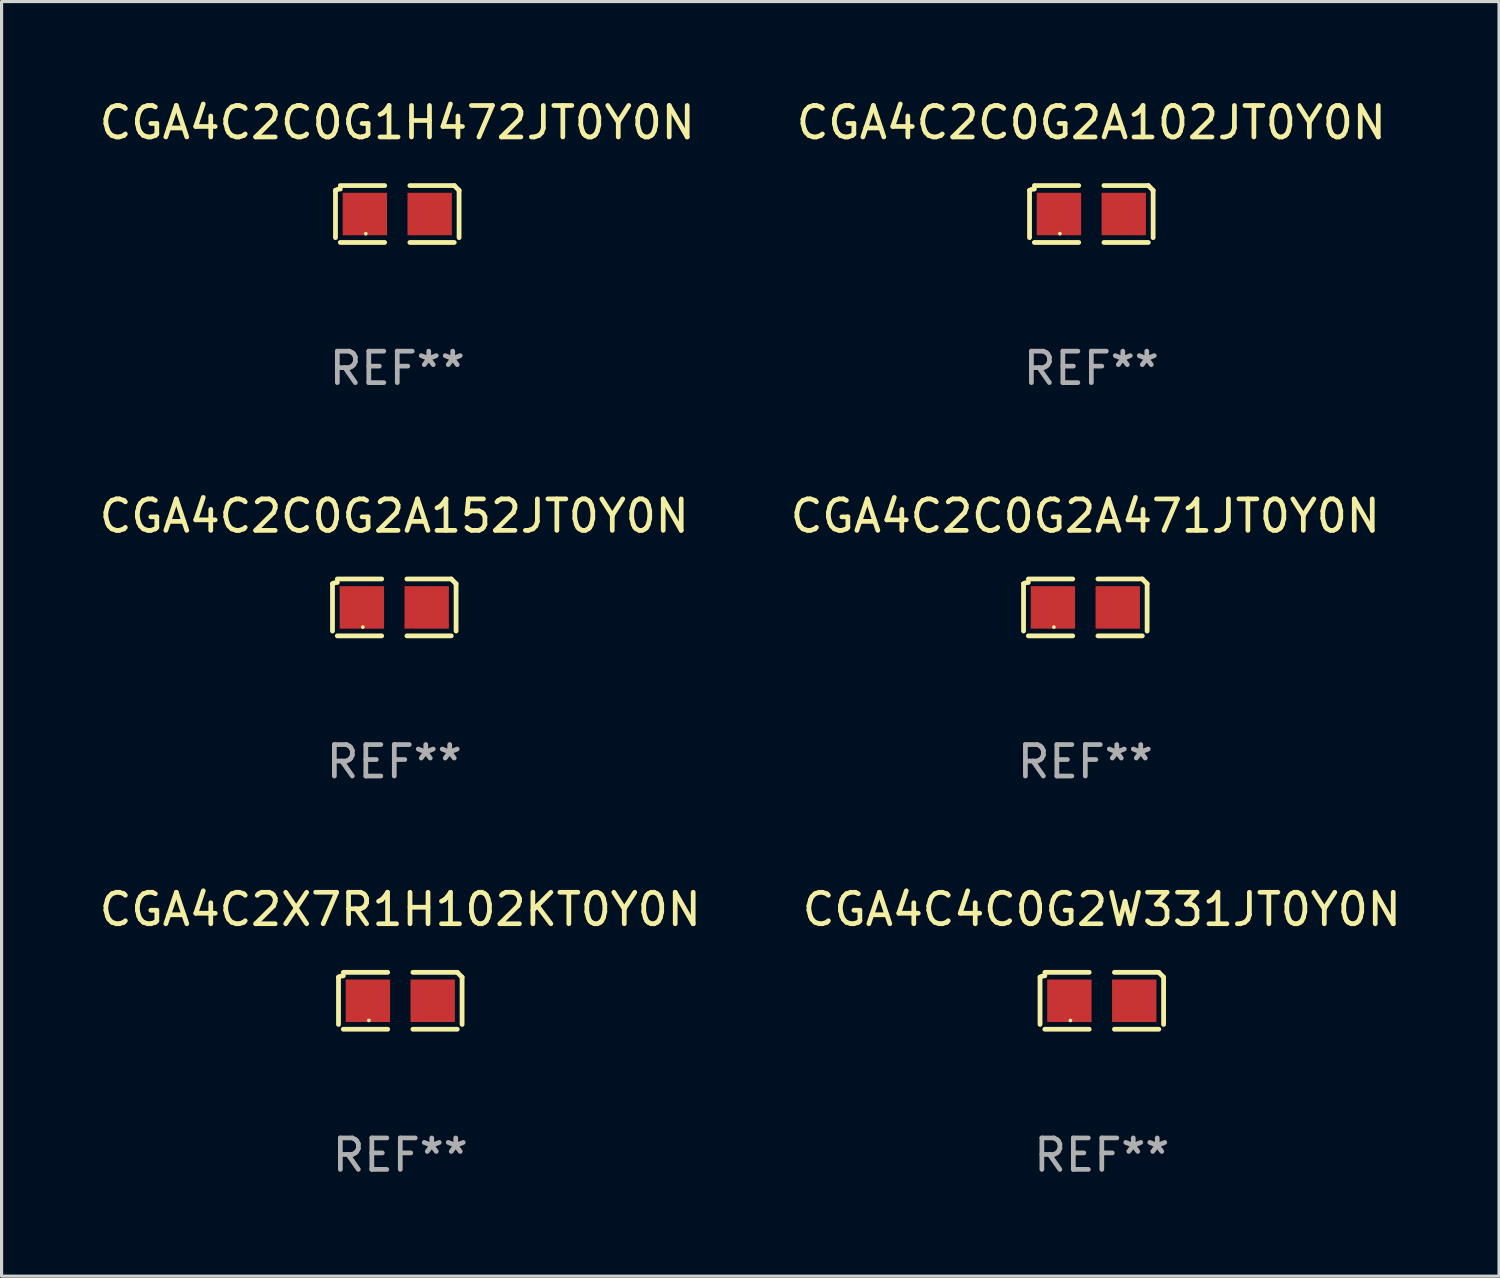
<source format=kicad_pcb>
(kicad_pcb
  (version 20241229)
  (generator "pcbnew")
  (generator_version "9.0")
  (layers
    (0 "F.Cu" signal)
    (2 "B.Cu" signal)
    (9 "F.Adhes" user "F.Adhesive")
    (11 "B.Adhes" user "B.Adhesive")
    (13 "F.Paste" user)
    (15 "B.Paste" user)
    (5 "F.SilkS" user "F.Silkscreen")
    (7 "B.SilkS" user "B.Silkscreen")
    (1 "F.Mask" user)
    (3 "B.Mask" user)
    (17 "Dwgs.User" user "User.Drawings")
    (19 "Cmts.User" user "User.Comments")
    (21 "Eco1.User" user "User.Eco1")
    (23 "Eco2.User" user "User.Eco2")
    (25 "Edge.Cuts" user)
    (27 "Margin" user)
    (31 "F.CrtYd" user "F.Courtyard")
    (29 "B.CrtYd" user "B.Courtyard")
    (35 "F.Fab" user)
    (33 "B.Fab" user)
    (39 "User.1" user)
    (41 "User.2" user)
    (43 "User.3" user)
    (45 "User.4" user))
  (footprint "CGA4C2C0G2A152JT0Y0N"
    (layer "F.Cu")
    (at 9.482 16.256)
    (property "Reference" "CGA4C2C0G2A152JT0Y0N" (at 0 -2.904 0) (layer "F.SilkS") (effects (font (size 1 1) (thickness 0.15))))
    (attr through_hole)
    (fp_line (start -1.964 0.751) (end -1.964 -0.751) (stroke (width 0.152) (type solid)) (layer "F.SilkS"))
    (fp_line (start -1.811 -0.904) (end -0.401 -0.904) (stroke (width 0.152) (type solid)) (layer "F.SilkS"))
    (fp_line (start -0.401 0.904) (end -1.811 0.904) (stroke (width 0.152) (type solid)) (layer "F.SilkS"))
    (fp_line (start 0.401 0.904) (end 1.811 0.904) (stroke (width 0.152) (type solid)) (layer "F.SilkS"))
    (fp_line (start 1.811 -0.904) (end 0.401 -0.904) (stroke (width 0.152) (type solid)) (layer "F.SilkS"))
    (fp_line (start 1.964 0.751) (end 1.964 -0.751) (stroke (width 0.152) (type solid)) (layer "F.SilkS"))
    (fp_arc (start -1.963602 -0.751207) (mid -1.890354 -0.783131) (end -1.811201 -0.794044) (stroke (width 0.1524) (type solid)) (layer "F.SilkS"))
    (fp_arc (start 1.811202 -0.903607) (mid 1.887413 -0.827418) (end 1.963602 -0.751207) (stroke (width 0.1524) (type solid)) (layer "F.SilkS"))
    (fp_circle (center -1 0.625) (end -0.97 0.625) (stroke (width 0.06) (type solid)) (fill no) (layer "F.SilkS"))
    (fp_text user "REF**" (at 0 4.904 0) (layer "F.Fab") (effects (font (size 1 1) (thickness 0.15))))
    (pad "1" smd rect (at -1.03 0) (size 1.41 1.35) (layers "F.Cu" "F.Mask" "F.Paste"))
    (pad "2" smd rect (at 1.03 0) (size 1.41 1.35) (layers "F.Cu" "F.Mask" "F.Paste")))
  (footprint "CGA4C2C0G1H472JT0Y0N"
    (layer "F.Cu")
    (at 9.577 3.752)
    (property "Reference" "CGA4C2C0G1H472JT0Y0N" (at 0 -2.904 0) (layer "F.SilkS") (effects (font (size 1 1) (thickness 0.15))))
    (attr through_hole)
    (fp_line (start -1.964 0.751) (end -1.964 -0.751) (stroke (width 0.152) (type solid)) (layer "F.SilkS"))
    (fp_line (start -1.811 -0.904) (end -0.401 -0.904) (stroke (width 0.152) (type solid)) (layer "F.SilkS"))
    (fp_line (start -0.401 0.904) (end -1.811 0.904) (stroke (width 0.152) (type solid)) (layer "F.SilkS"))
    (fp_line (start 0.401 0.904) (end 1.811 0.904) (stroke (width 0.152) (type solid)) (layer "F.SilkS"))
    (fp_line (start 1.811 -0.904) (end 0.401 -0.904) (stroke (width 0.152) (type solid)) (layer "F.SilkS"))
    (fp_line (start 1.964 0.751) (end 1.964 -0.751) (stroke (width 0.152) (type solid)) (layer "F.SilkS"))
    (fp_arc (start -1.963602 -0.751207) (mid -1.890354 -0.783131) (end -1.811201 -0.794044) (stroke (width 0.1524) (type solid)) (layer "F.SilkS"))
    (fp_arc (start 1.811202 -0.903607) (mid 1.887413 -0.827418) (end 1.963602 -0.751207) (stroke (width 0.1524) (type solid)) (layer "F.SilkS"))
    (fp_circle (center -1 0.625) (end -0.97 0.625) (stroke (width 0.06) (type solid)) (fill no) (layer "F.SilkS"))
    (fp_text user "REF**" (at 0 4.904 0) (layer "F.Fab") (effects (font (size 1 1) (thickness 0.15))))
    (pad "1" smd rect (at -1.03 0) (size 1.41 1.35) (layers "F.Cu" "F.Mask" "F.Paste"))
    (pad "2" smd rect (at 1.03 0) (size 1.41 1.35) (layers "F.Cu" "F.Mask" "F.Paste")))
  (footprint "CGA4C2C0G2A102JT0Y0N"
    (layer "F.Cu")
    (at 31.637 3.752)
    (property "Reference" "CGA4C2C0G2A102JT0Y0N" (at 0 -2.904 0) (layer "F.SilkS") (effects (font (size 1 1) (thickness 0.15))))
    (attr through_hole)
    (fp_line (start -1.964 0.751) (end -1.964 -0.751) (stroke (width 0.152) (type solid)) (layer "F.SilkS"))
    (fp_line (start -1.811 -0.904) (end -0.401 -0.904) (stroke (width 0.152) (type solid)) (layer "F.SilkS"))
    (fp_line (start -0.401 0.904) (end -1.811 0.904) (stroke (width 0.152) (type solid)) (layer "F.SilkS"))
    (fp_line (start 0.401 0.904) (end 1.811 0.904) (stroke (width 0.152) (type solid)) (layer "F.SilkS"))
    (fp_line (start 1.811 -0.904) (end 0.401 -0.904) (stroke (width 0.152) (type solid)) (layer "F.SilkS"))
    (fp_line (start 1.964 0.751) (end 1.964 -0.751) (stroke (width 0.152) (type solid)) (layer "F.SilkS"))
    (fp_arc (start -1.963602 -0.751207) (mid -1.890354 -0.783131) (end -1.811201 -0.794044) (stroke (width 0.1524) (type solid)) (layer "F.SilkS"))
    (fp_arc (start 1.811202 -0.903607) (mid 1.887413 -0.827418) (end 1.963602 -0.751207) (stroke (width 0.1524) (type solid)) (layer "F.SilkS"))
    (fp_circle (center -1 0.625) (end -0.97 0.625) (stroke (width 0.06) (type solid)) (fill no) (layer "F.SilkS"))
    (fp_text user "REF**" (at 0 4.904 0) (layer "F.Fab") (effects (font (size 1 1) (thickness 0.15))))
    (pad "1" smd rect (at -1.03 0) (size 1.41 1.35) (layers "F.Cu" "F.Mask" "F.Paste"))
    (pad "2" smd rect (at 1.03 0) (size 1.41 1.35) (layers "F.Cu" "F.Mask" "F.Paste")))
  (footprint "CGA4C4C0G2W331JT0Y0N"
    (layer "F.Cu")
    (at 31.97 28.759)
    (property "Reference" "CGA4C4C0G2W331JT0Y0N" (at 0 -2.904 0) (layer "F.SilkS") (effects (font (size 1 1) (thickness 0.15))))
    (attr through_hole)
    (fp_line (start -1.964 0.751) (end -1.964 -0.751) (stroke (width 0.152) (type solid)) (layer "F.SilkS"))
    (fp_line (start -1.811 -0.904) (end -0.401 -0.904) (stroke (width 0.152) (type solid)) (layer "F.SilkS"))
    (fp_line (start -0.401 0.904) (end -1.811 0.904) (stroke (width 0.152) (type solid)) (layer "F.SilkS"))
    (fp_line (start 0.401 0.904) (end 1.811 0.904) (stroke (width 0.152) (type solid)) (layer "F.SilkS"))
    (fp_line (start 1.811 -0.904) (end 0.401 -0.904) (stroke (width 0.152) (type solid)) (layer "F.SilkS"))
    (fp_line (start 1.964 0.751) (end 1.964 -0.751) (stroke (width 0.152) (type solid)) (layer "F.SilkS"))
    (fp_arc (start -1.963602 -0.751207) (mid -1.890354 -0.783131) (end -1.811201 -0.794044) (stroke (width 0.1524) (type solid)) (layer "F.SilkS"))
    (fp_arc (start 1.811202 -0.903607) (mid 1.887413 -0.827418) (end 1.963602 -0.751207) (stroke (width 0.1524) (type solid)) (layer "F.SilkS"))
    (fp_circle (center -1 0.625) (end -0.97 0.625) (stroke (width 0.06) (type solid)) (fill no) (layer "F.SilkS"))
    (fp_text user "REF**" (at 0 4.904 0) (layer "F.Fab") (effects (font (size 1 1) (thickness 0.15))))
    (pad "1" smd rect (at -1.03 0) (size 1.41 1.35) (layers "F.Cu" "F.Mask" "F.Paste"))
    (pad "2" smd rect (at 1.03 0) (size 1.41 1.35) (layers "F.Cu" "F.Mask" "F.Paste")))
  (footprint "CGA4C2C0G2A471JT0Y0N"
    (layer "F.Cu")
    (at 31.446 16.256)
    (property "Reference" "CGA4C2C0G2A471JT0Y0N" (at 0 -2.904 0) (layer "F.SilkS") (effects (font (size 1 1) (thickness 0.15))))
    (attr through_hole)
    (fp_line (start -1.964 0.751) (end -1.964 -0.751) (stroke (width 0.152) (type solid)) (layer "F.SilkS"))
    (fp_line (start -1.811 -0.904) (end -0.401 -0.904) (stroke (width 0.152) (type solid)) (layer "F.SilkS"))
    (fp_line (start -0.401 0.904) (end -1.811 0.904) (stroke (width 0.152) (type solid)) (layer "F.SilkS"))
    (fp_line (start 0.401 0.904) (end 1.811 0.904) (stroke (width 0.152) (type solid)) (layer "F.SilkS"))
    (fp_line (start 1.811 -0.904) (end 0.401 -0.904) (stroke (width 0.152) (type solid)) (layer "F.SilkS"))
    (fp_line (start 1.964 0.751) (end 1.964 -0.751) (stroke (width 0.152) (type solid)) (layer "F.SilkS"))
    (fp_arc (start -1.963602 -0.751207) (mid -1.890354 -0.783131) (end -1.811201 -0.794044) (stroke (width 0.1524) (type solid)) (layer "F.SilkS"))
    (fp_arc (start 1.811202 -0.903607) (mid 1.887413 -0.827418) (end 1.963602 -0.751207) (stroke (width 0.1524) (type solid)) (layer "F.SilkS"))
    (fp_circle (center -1 0.625) (end -0.97 0.625) (stroke (width 0.06) (type solid)) (fill no) (layer "F.SilkS"))
    (fp_text user "REF**" (at 0 4.904 0) (layer "F.Fab") (effects (font (size 1 1) (thickness 0.15))))
    (pad "1" smd rect (at -1.03 0) (size 1.41 1.35) (layers "F.Cu" "F.Mask" "F.Paste"))
    (pad "2" smd rect (at 1.03 0) (size 1.41 1.35) (layers "F.Cu" "F.Mask" "F.Paste")))
  (footprint "CGA4C2X7R1H102KT0Y0N"
    (layer "F.Cu")
    (at 9.673 28.759)
    (property "Reference" "CGA4C2X7R1H102KT0Y0N" (at 0 -2.904 0) (layer "F.SilkS") (effects (font (size 1 1) (thickness 0.15))))
    (attr through_hole)
    (fp_line (start -1.964 0.751) (end -1.964 -0.751) (stroke (width 0.152) (type solid)) (layer "F.SilkS"))
    (fp_line (start -1.811 -0.904) (end -0.401 -0.904) (stroke (width 0.152) (type solid)) (layer "F.SilkS"))
    (fp_line (start -0.401 0.904) (end -1.811 0.904) (stroke (width 0.152) (type solid)) (layer "F.SilkS"))
    (fp_line (start 0.401 0.904) (end 1.811 0.904) (stroke (width 0.152) (type solid)) (layer "F.SilkS"))
    (fp_line (start 1.811 -0.904) (end 0.401 -0.904) (stroke (width 0.152) (type solid)) (layer "F.SilkS"))
    (fp_line (start 1.964 0.751) (end 1.964 -0.751) (stroke (width 0.152) (type solid)) (layer "F.SilkS"))
    (fp_arc (start -1.963602 -0.751207) (mid -1.890354 -0.783131) (end -1.811201 -0.794044) (stroke (width 0.1524) (type solid)) (layer "F.SilkS"))
    (fp_arc (start 1.811202 -0.903607) (mid 1.887413 -0.827418) (end 1.963602 -0.751207) (stroke (width 0.1524) (type solid)) (layer "F.SilkS"))
    (fp_circle (center -1 0.625) (end -0.97 0.625) (stroke (width 0.06) (type solid)) (fill no) (layer "F.SilkS"))
    (fp_text user "REF**" (at 0 4.904 0) (layer "F.Fab") (effects (font (size 1 1) (thickness 0.15))))
    (pad "1" smd rect (at -1.03 0) (size 1.41 1.35) (layers "F.Cu" "F.Mask" "F.Paste"))
    (pad "2" smd rect (at 1.03 0) (size 1.41 1.35) (layers "F.Cu" "F.Mask" "F.Paste")))
  (gr_rect
    (start -3 -3)
    (end 44.595 37.511)
    (stroke (width 0.1) (type default))
    (fill no)
    (layer "Edge.Cuts")))
</source>
